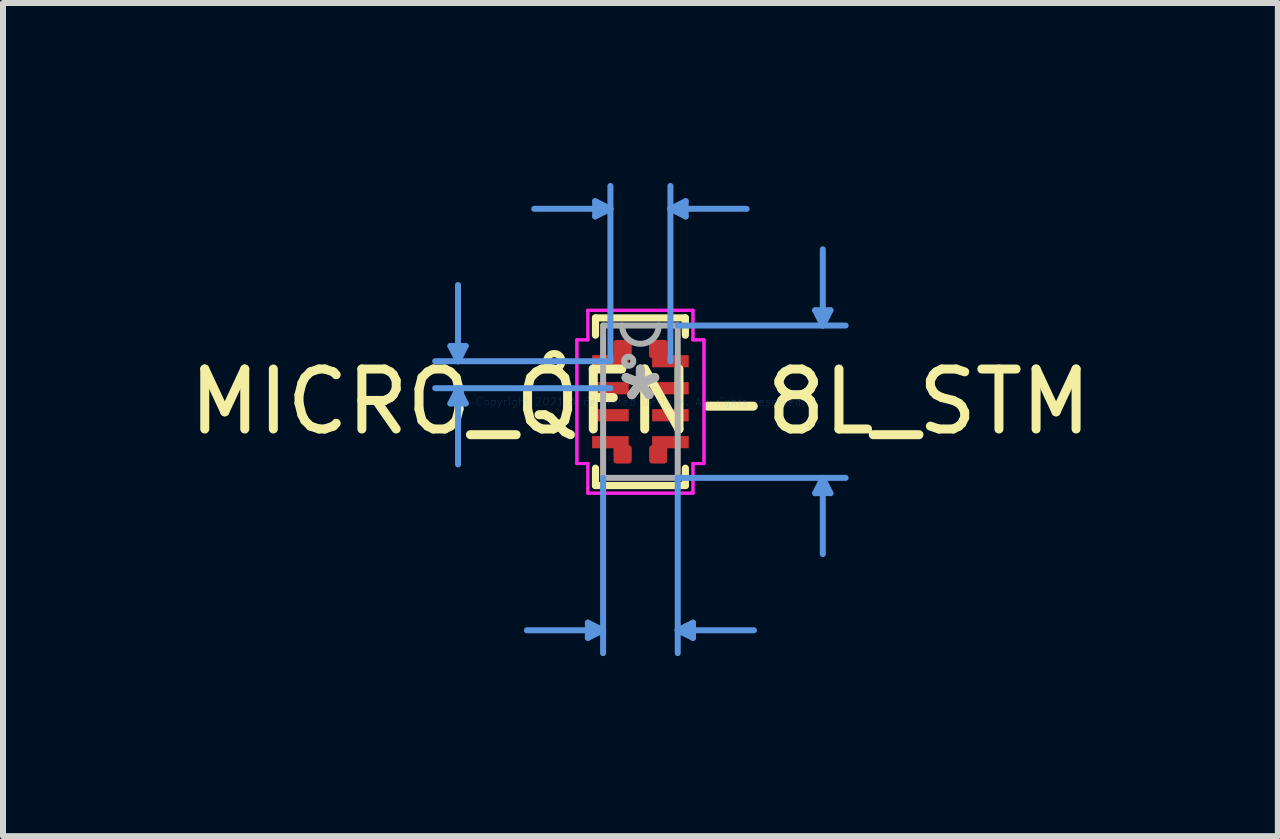
<source format=kicad_pcb>
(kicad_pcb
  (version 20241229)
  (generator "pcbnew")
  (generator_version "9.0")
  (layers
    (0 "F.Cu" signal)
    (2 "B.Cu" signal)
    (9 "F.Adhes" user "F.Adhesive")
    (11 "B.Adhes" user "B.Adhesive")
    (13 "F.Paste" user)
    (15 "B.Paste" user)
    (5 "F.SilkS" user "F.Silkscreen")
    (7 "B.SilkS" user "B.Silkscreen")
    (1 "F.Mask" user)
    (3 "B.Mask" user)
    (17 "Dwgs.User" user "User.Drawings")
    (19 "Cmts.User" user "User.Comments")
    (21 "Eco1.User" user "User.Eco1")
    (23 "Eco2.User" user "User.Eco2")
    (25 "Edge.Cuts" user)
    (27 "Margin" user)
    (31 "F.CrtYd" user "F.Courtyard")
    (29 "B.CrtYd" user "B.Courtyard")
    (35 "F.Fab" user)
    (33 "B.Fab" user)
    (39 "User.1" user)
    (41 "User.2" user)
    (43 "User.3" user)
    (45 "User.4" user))
  (footprint "MICRO_QFN-8L_STM"
    (layer "F.Cu")
    (at 7.625 3.646)
    (property "Reference" "MICRO_QFN-8L_STM" (at 0 0 0) (layer "F.SilkS") (effects (font (size 1 1) (thickness 0.15))))
    (attr through_hole)
    (fp_poly (pts (xy -0.398 -0.98) (xy -0.195 -0.98) (xy -0.195 -0.777) (xy -0.398 -0.777)) (stroke (width 0.1) (type solid)) (fill yes) (layer "F.Cu"))
    (fp_poly (pts (xy -0.195 0.777) (xy -0.195 0.98) (xy -0.398 0.98) (xy -0.398 0.777)) (stroke (width 0.1) (type solid)) (fill yes) (layer "F.Cu"))
    (fp_poly (pts (xy 0.195 0.777) (xy 0.398 0.777) (xy 0.398 0.98) (xy 0.195 0.98)) (stroke (width 0.1) (type solid)) (fill yes) (layer "F.Cu"))
    (fp_poly (pts (xy 0.398 -0.98) (xy 0.398 -0.777) (xy 0.195 -0.777) (xy 0.195 -0.98)) (stroke (width 0.1) (type solid)) (fill yes) (layer "F.Cu"))
    (fp_poly (pts (xy 0.398 -0.98) (xy 0.398 -0.777) (xy 0.195 -0.777) (xy 0.195 -0.98)) (stroke (width 0.1) (type solid)) (fill yes) (layer "F.Cu"))
    (fp_poly (pts (xy -0.398 -0.98) (xy -0.195 -0.98) (xy -0.195 -0.777) (xy -0.398 -0.777)) (stroke (width 0.1) (type solid)) (fill yes) (layer "F.Mask"))
    (fp_poly (pts (xy -0.398 -0.98) (xy -0.195 -0.98) (xy -0.195 -0.777) (xy -0.398 -0.777)) (stroke (width 0.1) (type solid)) (fill yes) (layer "F.Mask"))
    (fp_poly (pts (xy -0.195 0.777) (xy -0.195 0.98) (xy -0.398 0.98) (xy -0.398 0.777)) (stroke (width 0.1) (type solid)) (fill yes) (layer "F.Mask"))
    (fp_poly (pts (xy -0.195 0.777) (xy -0.195 0.98) (xy -0.398 0.98) (xy -0.398 0.777)) (stroke (width 0.1) (type solid)) (fill yes) (layer "F.Mask"))
    (fp_poly (pts (xy 0.195 0.777) (xy 0.398 0.777) (xy 0.398 0.98) (xy 0.195 0.98)) (stroke (width 0.1) (type solid)) (fill yes) (layer "F.Mask"))
    (fp_poly (pts (xy 0.195 0.777) (xy 0.398 0.777) (xy 0.398 0.98) (xy 0.195 0.98)) (stroke (width 0.1) (type solid)) (fill yes) (layer "F.Mask"))
    (fp_poly (pts (xy 0.398 -0.98) (xy 0.398 -0.777) (xy 0.195 -0.777) (xy 0.195 -0.98)) (stroke (width 0.1) (type solid)) (fill yes) (layer "F.Mask"))
    (fp_poly (pts (xy 0.398 -0.98) (xy 0.398 -0.777) (xy 0.195 -0.777) (xy 0.195 -0.98)) (stroke (width 0.1) (type solid)) (fill yes) (layer "F.Mask"))
    (fp_line (start -0.749 -1.397) (end -0.749 -1.109) (stroke (width 0.12) (type solid)) (layer "F.SilkS"))
    (fp_line (start -0.749 1.109) (end -0.749 1.397) (stroke (width 0.12) (type solid)) (layer "F.SilkS"))
    (fp_line (start -0.749 1.397) (end 0.749 1.397) (stroke (width 0.12) (type solid)) (layer "F.SilkS"))
    (fp_line (start 0.749 -1.397) (end -0.749 -1.397) (stroke (width 0.12) (type solid)) (layer "F.SilkS"))
    (fp_line (start 0.749 -1.109) (end 0.749 -1.397) (stroke (width 0.12) (type solid)) (layer "F.SilkS"))
    (fp_line (start 0.749 1.397) (end 0.749 1.109) (stroke (width 0.12) (type solid)) (layer "F.SilkS"))
    (fp_circle (center -1.436 -0.675) (end -1.309 -0.675) (stroke (width 0.12) (type solid)) (fill no) (layer "F.SilkS"))
    (fp_poly (pts (xy -0.398 -0.98) (xy -0.195 -0.98) (xy -0.195 -0.777) (xy -0.398 -0.777)) (stroke (width 0.1) (type solid)) (fill yes) (layer "F.Paste"))
    (fp_poly (pts (xy -0.195 0.777) (xy -0.195 0.98) (xy -0.398 0.98) (xy -0.398 0.777)) (stroke (width 0.1) (type solid)) (fill yes) (layer "F.Paste"))
    (fp_poly (pts (xy 0.195 0.777) (xy 0.398 0.777) (xy 0.398 0.98) (xy 0.195 0.98)) (stroke (width 0.1) (type solid)) (fill yes) (layer "F.Paste"))
    (fp_poly (pts (xy 0.398 -0.98) (xy 0.398 -0.777) (xy 0.195 -0.777) (xy 0.195 -0.98)) (stroke (width 0.1) (type solid)) (fill yes) (layer "F.Paste"))
    (fp_line (start -3.167 -0.929) (end -2.913 -0.929) (stroke (width 0.1) (type solid)) (layer "Cmts.User"))
    (fp_line (start -3.167 0.029) (end -2.913 0.029) (stroke (width 0.1) (type solid)) (layer "Cmts.User"))
    (fp_line (start -3.04 -0.675) (end -3.167 -0.929) (stroke (width 0.1) (type solid)) (layer "Cmts.User"))
    (fp_line (start -3.04 -0.675) (end -3.04 -1.945) (stroke (width 0.1) (type solid)) (layer "Cmts.User"))
    (fp_line (start -3.04 -0.675) (end -2.913 -0.929) (stroke (width 0.1) (type solid)) (layer "Cmts.User"))
    (fp_line (start -3.04 -0.225) (end -3.167 0.029) (stroke (width 0.1) (type solid)) (layer "Cmts.User"))
    (fp_line (start -3.04 -0.225) (end -3.04 1.045) (stroke (width 0.1) (type solid)) (layer "Cmts.User"))
    (fp_line (start -3.04 -0.225) (end -2.913 0.029) (stroke (width 0.1) (type solid)) (layer "Cmts.User"))
    (fp_line (start -0.876 3.683) (end -0.876 3.937) (stroke (width 0.1) (type solid)) (layer "Cmts.User"))
    (fp_line (start -0.754 -3.342) (end -0.754 -3.088) (stroke (width 0.1) (type solid)) (layer "Cmts.User"))
    (fp_line (start -0.622 1.27) (end -0.622 4.191) (stroke (width 0.1) (type solid)) (layer "Cmts.User"))
    (fp_line (start -0.622 3.81) (end -1.892 3.81) (stroke (width 0.1) (type solid)) (layer "Cmts.User"))
    (fp_line (start -0.622 3.81) (end -0.876 3.683) (stroke (width 0.1) (type solid)) (layer "Cmts.User"))
    (fp_line (start -0.622 3.81) (end -0.876 3.937) (stroke (width 0.1) (type solid)) (layer "Cmts.User"))
    (fp_line (start -0.5 -3.215) (end -1.77 -3.215) (stroke (width 0.1) (type solid)) (layer "Cmts.User"))
    (fp_line (start -0.5 -3.215) (end -0.754 -3.342) (stroke (width 0.1) (type solid)) (layer "Cmts.User"))
    (fp_line (start -0.5 -3.215) (end -0.754 -3.088) (stroke (width 0.1) (type solid)) (layer "Cmts.User"))
    (fp_line (start -0.5 -0.675) (end -3.421 -0.675) (stroke (width 0.1) (type solid)) (layer "Cmts.User"))
    (fp_line (start -0.5 -0.675) (end -0.5 -3.596) (stroke (width 0.1) (type solid)) (layer "Cmts.User"))
    (fp_line (start -0.5 -0.225) (end -3.421 -0.225) (stroke (width 0.1) (type solid)) (layer "Cmts.User"))
    (fp_line (start 0.5 -3.215) (end 0.754 -3.342) (stroke (width 0.1) (type solid)) (layer "Cmts.User"))
    (fp_line (start 0.5 -3.215) (end 0.754 -3.088) (stroke (width 0.1) (type solid)) (layer "Cmts.User"))
    (fp_line (start 0.5 -3.215) (end 1.77 -3.215) (stroke (width 0.1) (type solid)) (layer "Cmts.User"))
    (fp_line (start 0.5 -0.675) (end 0.5 -3.596) (stroke (width 0.1) (type solid)) (layer "Cmts.User"))
    (fp_line (start 0.622 -1.27) (end 3.421 -1.27) (stroke (width 0.1) (type solid)) (layer "Cmts.User"))
    (fp_line (start 0.622 1.27) (end 0.622 4.191) (stroke (width 0.1) (type solid)) (layer "Cmts.User"))
    (fp_line (start 0.622 1.27) (end 3.421 1.27) (stroke (width 0.1) (type solid)) (layer "Cmts.User"))
    (fp_line (start 0.622 3.81) (end 0.876 3.683) (stroke (width 0.1) (type solid)) (layer "Cmts.User"))
    (fp_line (start 0.622 3.81) (end 0.876 3.937) (stroke (width 0.1) (type solid)) (layer "Cmts.User"))
    (fp_line (start 0.622 3.81) (end 1.892 3.81) (stroke (width 0.1) (type solid)) (layer "Cmts.User"))
    (fp_line (start 0.754 -3.342) (end 0.754 -3.088) (stroke (width 0.1) (type solid)) (layer "Cmts.User"))
    (fp_line (start 0.876 3.683) (end 0.876 3.937) (stroke (width 0.1) (type solid)) (layer "Cmts.User"))
    (fp_line (start 2.913 -1.524) (end 3.167 -1.524) (stroke (width 0.1) (type solid)) (layer "Cmts.User"))
    (fp_line (start 2.913 1.524) (end 3.167 1.524) (stroke (width 0.1) (type solid)) (layer "Cmts.User"))
    (fp_line (start 3.04 -1.27) (end 2.913 -1.524) (stroke (width 0.1) (type solid)) (layer "Cmts.User"))
    (fp_line (start 3.04 -1.27) (end 3.04 -2.54) (stroke (width 0.1) (type solid)) (layer "Cmts.User"))
    (fp_line (start 3.04 -1.27) (end 3.167 -1.524) (stroke (width 0.1) (type solid)) (layer "Cmts.User"))
    (fp_line (start 3.04 1.27) (end 2.913 1.524) (stroke (width 0.1) (type solid)) (layer "Cmts.User"))
    (fp_line (start 3.04 1.27) (end 3.04 2.54) (stroke (width 0.1) (type solid)) (layer "Cmts.User"))
    (fp_line (start 3.04 1.27) (end 3.167 1.524) (stroke (width 0.1) (type solid)) (layer "Cmts.User"))
    (fp_line (start -1.059 -1.031) (end -0.876 -1.031) (stroke (width 0.05) (type solid)) (layer "F.CrtYd"))
    (fp_line (start -1.059 -1.031) (end -0.876 -1.031) (stroke (width 0.05) (type solid)) (layer "F.CrtYd"))
    (fp_line (start -1.059 1.031) (end -1.059 -1.031) (stroke (width 0.05) (type solid)) (layer "F.CrtYd"))
    (fp_line (start -1.059 1.031) (end -1.059 -1.031) (stroke (width 0.05) (type solid)) (layer "F.CrtYd"))
    (fp_line (start -1.059 1.031) (end -0.876 1.031) (stroke (width 0.05) (type solid)) (layer "F.CrtYd"))
    (fp_line (start -0.876 -1.524) (end 0.876 -1.524) (stroke (width 0.05) (type solid)) (layer "F.CrtYd"))
    (fp_line (start -0.876 -1.524) (end 0.876 -1.524) (stroke (width 0.05) (type solid)) (layer "F.CrtYd"))
    (fp_line (start -0.876 -1.031) (end -0.876 -1.524) (stroke (width 0.05) (type solid)) (layer "F.CrtYd"))
    (fp_line (start -0.876 -1.031) (end -0.876 -1.524) (stroke (width 0.05) (type solid)) (layer "F.CrtYd"))
    (fp_line (start -0.876 1.031) (end -1.059 1.031) (stroke (width 0.05) (type solid)) (layer "F.CrtYd"))
    (fp_line (start -0.876 1.524) (end -0.876 1.031) (stroke (width 0.05) (type solid)) (layer "F.CrtYd"))
    (fp_line (start -0.876 1.524) (end -0.876 1.031) (stroke (width 0.05) (type solid)) (layer "F.CrtYd"))
    (fp_line (start 0.876 -1.524) (end 0.876 -1.031) (stroke (width 0.05) (type solid)) (layer "F.CrtYd"))
    (fp_line (start 0.876 -1.524) (end 0.876 -1.031) (stroke (width 0.05) (type solid)) (layer "F.CrtYd"))
    (fp_line (start 0.876 -1.031) (end 1.059 -1.031) (stroke (width 0.05) (type solid)) (layer "F.CrtYd"))
    (fp_line (start 0.876 1.031) (end 0.876 1.524) (stroke (width 0.05) (type solid)) (layer "F.CrtYd"))
    (fp_line (start 0.876 1.031) (end 0.876 1.524) (stroke (width 0.05) (type solid)) (layer "F.CrtYd"))
    (fp_line (start 0.876 1.524) (end -0.876 1.524) (stroke (width 0.05) (type solid)) (layer "F.CrtYd"))
    (fp_line (start 0.876 1.524) (end -0.876 1.524) (stroke (width 0.05) (type solid)) (layer "F.CrtYd"))
    (fp_line (start 1.059 -1.031) (end 0.876 -1.031) (stroke (width 0.05) (type solid)) (layer "F.CrtYd"))
    (fp_line (start 1.059 -1.031) (end 1.059 1.031) (stroke (width 0.05) (type solid)) (layer "F.CrtYd"))
    (fp_line (start 1.059 -1.031) (end 1.059 1.031) (stroke (width 0.05) (type solid)) (layer "F.CrtYd"))
    (fp_line (start 1.059 1.031) (end 0.876 1.031) (stroke (width 0.05) (type solid)) (layer "F.CrtYd"))
    (fp_line (start 1.059 1.031) (end 0.876 1.031) (stroke (width 0.05) (type solid)) (layer "F.CrtYd"))
    (fp_line (start -0.622 -1.27) (end -0.622 1.27) (stroke (width 0.1) (type solid)) (layer "F.Fab"))
    (fp_line (start -0.622 1.27) (end 0.622 1.27) (stroke (width 0.1) (type solid)) (layer "F.Fab"))
    (fp_line (start 0.622 -1.27) (end -0.622 -1.27) (stroke (width 0.1) (type solid)) (layer "F.Fab"))
    (fp_line (start 0.622 1.27) (end 0.622 -1.27) (stroke (width 0.1) (type solid)) (layer "F.Fab"))
    (fp_arc (start 0.3048 -1.27) (mid 0 -0.9652) (end -0.3048 -1.27) (stroke (width 0.1) (type solid)) (layer "F.Fab"))
    (fp_circle (center -0.195 -0.675) (end -0.119 -0.675) (stroke (width 0.1) (type solid)) (fill no) (layer "F.Fab"))
    (fp_text user "*" (at 0 0 0) (layer "F.SilkS") (effects (font (size 1 1) (thickness 0.15))))
    (fp_text user "Copyright 2021 Accelerated Designs. All rights reserved." (at 0 0 0) (layer "Cmts.User") (effects (font (size 0.127 0.127) (thickness 0.002))))
    (fp_text user "*" (at 0 0 0) (layer "F.Fab") (effects (font (size 1 1) (thickness 0.15))))
    (pad "1" smd rect (at -0.5 -0.675) (size 0.61 0.203) (layers "F.Cu" "F.Mask" "F.Paste"))
    (pad "2" smd rect (at -0.5 -0.225) (size 0.61 0.203) (layers "F.Cu" "F.Mask" "F.Paste"))
    (pad "3" smd rect (at -0.5 0.225) (size 0.61 0.203) (layers "F.Cu" "F.Mask" "F.Paste"))
    (pad "4" smd rect (at -0.5 0.675) (size 0.61 0.203) (layers "F.Cu" "F.Mask" "F.Paste"))
    (pad "5" smd rect (at 0.5 0.675) (size 0.61 0.203) (layers "F.Cu" "F.Mask" "F.Paste"))
    (pad "6" smd rect (at 0.5 0.225) (size 0.61 0.203) (layers "F.Cu" "F.Mask" "F.Paste"))
    (pad "7" smd rect (at 0.5 -0.225) (size 0.61 0.203) (layers "F.Cu" "F.Mask" "F.Paste"))
    (pad "8" smd rect (at 0.5 -0.675) (size 0.61 0.203) (layers "F.Cu" "F.Mask" "F.Paste")))
  (gr_rect
    (start -3 -3)
    (end 18.25 10.887)
    (stroke (width 0.1) (type default))
    (fill no)
    (layer "Edge.Cuts")))
</source>
